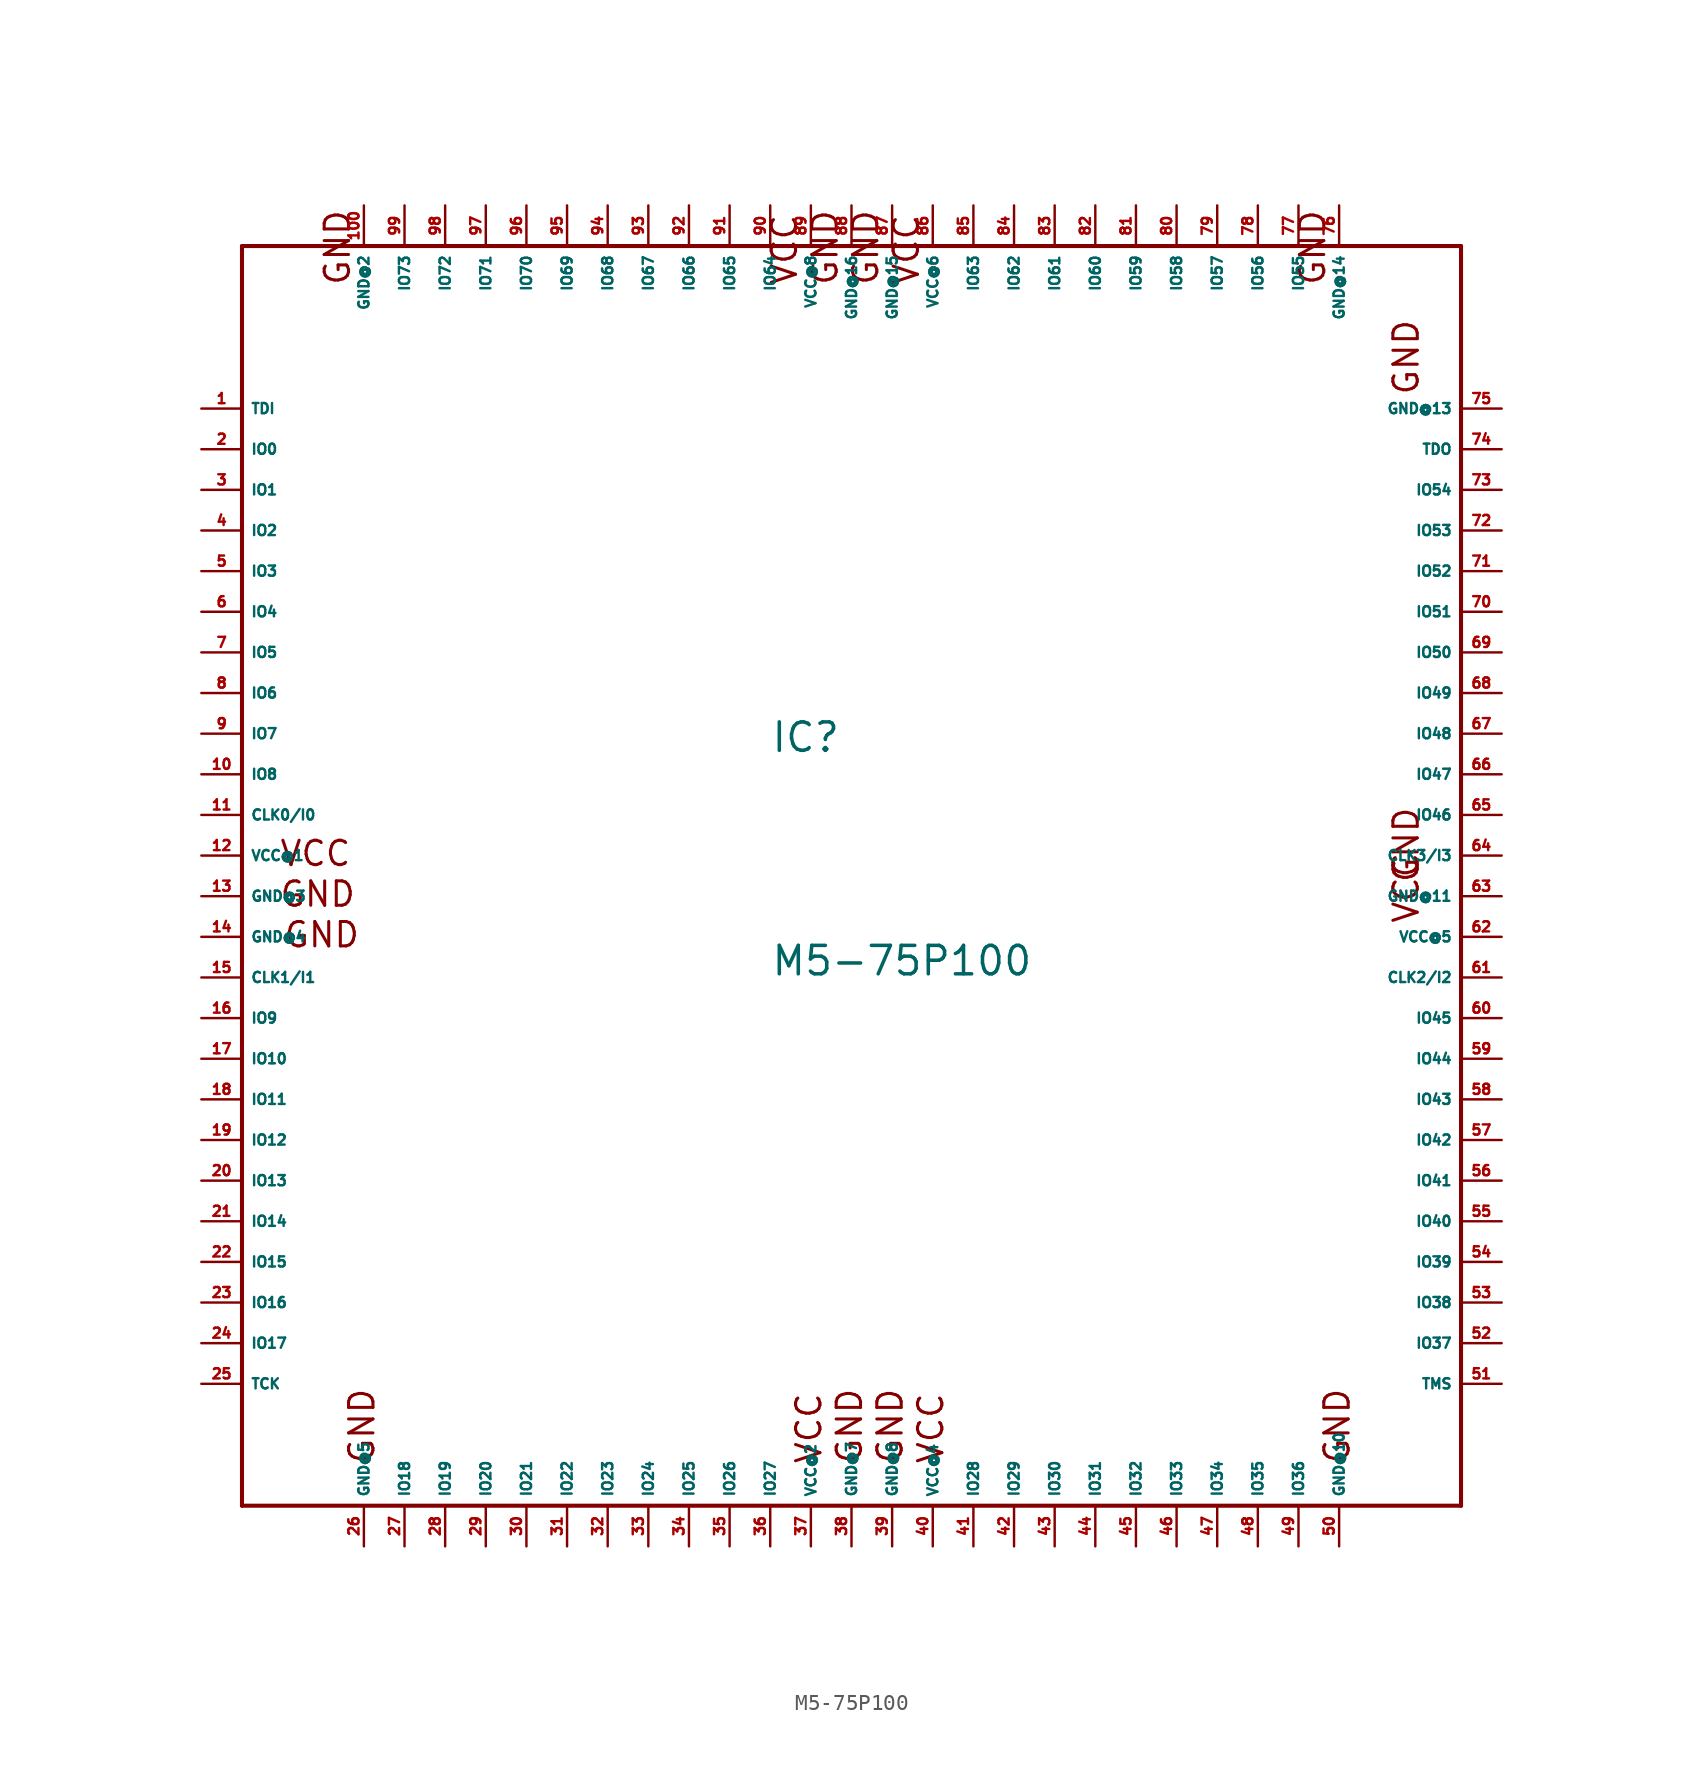
<source format=kicad_sym>
(kicad_symbol_lib
  (version 20220914)
  (generator Eagle2Kicad)
  (symbol "M5-75P100"
    (property "Reference" "IC"
      (at -5.08 6.35 0)
      (effects (font (size 1.778 1.778) (thickness 0.22)) (justify left bottom)))
    (property "Value" "M5-75P100"
      (at -5.08 -7.62 0)
      (effects (font (size 1.778 1.778) (thickness 0.22)) (justify left bottom)))
    (polyline
      (pts (xy -38.1 38.1) (xy -38.1 -40.64))
      (stroke (width 0.254) (type default))
      (fill (type none)))
    (polyline
      (pts (xy -38.1 -40.64) (xy 38.1 -40.64))
      (stroke (width 0.254) (type default))
      (fill (type none)))
    (polyline
      (pts (xy 38.1 -40.64) (xy 38.1 38.1))
      (stroke (width 0.254) (type default))
      (fill (type none)))
    (polyline
      (pts (xy 38.1 38.1) (xy -38.1 38.1))
      (stroke (width 0.254) (type default))
      (fill (type none)))
    (text "GND"
      (at -35.814 -3.302 0)
      (effects (font (size 1.524 1.524) (thickness 0.19)) (justify left bottom)))
    (text "GND"
      (at -31.242 35.56 2700)
      (effects (font (size 1.524 1.524) (thickness 0.19)) (justify left bottom)))
    (text "GND"
      (at -35.56 -5.842 0)
      (effects (font (size 1.524 1.524) (thickness 0.19)) (justify left bottom)))
    (text "VCC"
      (at -1.778 -38.1 900)
      (effects (font (size 1.524 1.524) (thickness 0.19)) (justify left bottom)))
    (text "VCC"
      (at -35.814 -0.762 0)
      (effects (font (size 1.524 1.524) (thickness 0.19)) (justify left bottom)))
    (text "GND"
      (at -29.718 -38.1 900)
      (effects (font (size 1.524 1.524) (thickness 0.19)) (justify left bottom)))
    (text "GND"
      (at 0.762 -38.1 900)
      (effects (font (size 1.524 1.524) (thickness 0.19)) (justify left bottom)))
    (text "VCC"
      (at 5.842 -38.1 900)
      (effects (font (size 1.524 1.524) (thickness 0.19)) (justify left bottom)))
    (text "GND"
      (at 3.302 -38.1 900)
      (effects (font (size 1.524 1.524) (thickness 0.19)) (justify left bottom)))
    (text "VCC"
      (at 35.56 -4.318 1800)
      (effects (font (size 1.524 1.524) (thickness 0.19)) (justify left bottom)))
    (text "GND"
      (at 31.242 -38.1 900)
      (effects (font (size 1.524 1.524) (thickness 0.19)) (justify left bottom)))
    (text "VCC"
      (at 4.318 35.56 2700)
      (effects (font (size 1.524 1.524) (thickness 0.19)) (justify left bottom)))
    (text "GND"
      (at 35.56 -1.778 1800)
      (effects (font (size 1.524 1.524) (thickness 0.19)) (justify left bottom)))
    (text "GND"
      (at 35.56 28.702 1800)
      (effects (font (size 1.524 1.524) (thickness 0.19)) (justify left bottom)))
    (text "GND"
      (at 29.718 35.56 2700)
      (effects (font (size 1.524 1.524) (thickness 0.19)) (justify left bottom)))
    (text "GND"
      (at 1.778 35.56 2700)
      (effects (font (size 1.524 1.524) (thickness 0.19)) (justify left bottom)))
    (text "GND"
      (at -0.762 35.56 2700)
      (effects (font (size 1.524 1.524) (thickness 0.19)) (justify left bottom)))
    (text "VCC"
      (at -3.302 35.56 2700)
      (effects (font (size 1.524 1.524) (thickness 0.19)) (justify left bottom)))
    (pin input line
      (at -40.64 2.54 0)
      (length 2.54)
      (name "CLK0/I0" (effects (font (size 0.635 0.635) (thickness 0.08)) (justify left bottom)))
      (number "11" (effects (font (size 0.635 0.635) (thickness 0.08)) (justify left bottom))))
    (pin input line
      (at -40.64 -7.62 0)
      (length 2.54)
      (name "CLK1/I1" (effects (font (size 0.635 0.635) (thickness 0.08)) (justify left bottom)))
      (number "15" (effects (font (size 0.635 0.635) (thickness 0.08)) (justify left bottom))))
    (pin input line
      (at -40.64 27.94 0)
      (length 2.54)
      (name "TDI" (effects (font (size 0.635 0.635) (thickness 0.08)) (justify left bottom)))
      (number "1" (effects (font (size 0.635 0.635) (thickness 0.08)) (justify left bottom))))
    (pin input line
      (at -40.64 -33.02 0)
      (length 2.54)
      (name "TCK" (effects (font (size 0.635 0.635) (thickness 0.08)) (justify left bottom)))
      (number "25" (effects (font (size 0.635 0.635) (thickness 0.08)) (justify left bottom))))
    (pin input line
      (at 40.64 -33.02 180)
      (length 2.54)
      (name "TMS" (effects (font (size 0.635 0.635) (thickness 0.08)) (justify left bottom)))
      (number "51" (effects (font (size 0.635 0.635) (thickness 0.08)) (justify left bottom))))
    (pin output line
      (at 40.64 25.4 180)
      (length 2.54)
      (name "TDO" (effects (font (size 0.635 0.635) (thickness 0.08)) (justify left bottom)))
      (number "74" (effects (font (size 0.635 0.635) (thickness 0.08)) (justify left bottom))))
    (pin bidirectional line
      (at -40.64 25.4 0)
      (length 2.54)
      (name "IO0" (effects (font (size 0.635 0.635) (thickness 0.08)) (justify left bottom)))
      (number "2" (effects (font (size 0.635 0.635) (thickness 0.08)) (justify left bottom))))
    (pin bidirectional line
      (at -40.64 22.86 0)
      (length 2.54)
      (name "IO1" (effects (font (size 0.635 0.635) (thickness 0.08)) (justify left bottom)))
      (number "3" (effects (font (size 0.635 0.635) (thickness 0.08)) (justify left bottom))))
    (pin bidirectional line
      (at -40.64 20.32 0)
      (length 2.54)
      (name "IO2" (effects (font (size 0.635 0.635) (thickness 0.08)) (justify left bottom)))
      (number "4" (effects (font (size 0.635 0.635) (thickness 0.08)) (justify left bottom))))
    (pin bidirectional line
      (at -40.64 17.78 0)
      (length 2.54)
      (name "IO3" (effects (font (size 0.635 0.635) (thickness 0.08)) (justify left bottom)))
      (number "5" (effects (font (size 0.635 0.635) (thickness 0.08)) (justify left bottom))))
    (pin bidirectional line
      (at -40.64 15.24 0)
      (length 2.54)
      (name "IO4" (effects (font (size 0.635 0.635) (thickness 0.08)) (justify left bottom)))
      (number "6" (effects (font (size 0.635 0.635) (thickness 0.08)) (justify left bottom))))
    (pin bidirectional line
      (at -40.64 12.7 0)
      (length 2.54)
      (name "IO5" (effects (font (size 0.635 0.635) (thickness 0.08)) (justify left bottom)))
      (number "7" (effects (font (size 0.635 0.635) (thickness 0.08)) (justify left bottom))))
    (pin bidirectional line
      (at -40.64 10.16 0)
      (length 2.54)
      (name "IO6" (effects (font (size 0.635 0.635) (thickness 0.08)) (justify left bottom)))
      (number "8" (effects (font (size 0.635 0.635) (thickness 0.08)) (justify left bottom))))
    (pin bidirectional line
      (at -40.64 7.62 0)
      (length 2.54)
      (name "IO7" (effects (font (size 0.635 0.635) (thickness 0.08)) (justify left bottom)))
      (number "9" (effects (font (size 0.635 0.635) (thickness 0.08)) (justify left bottom))))
    (pin bidirectional line
      (at -40.64 5.08 0)
      (length 2.54)
      (name "IO8" (effects (font (size 0.635 0.635) (thickness 0.08)) (justify left bottom)))
      (number "10" (effects (font (size 0.635 0.635) (thickness 0.08)) (justify left bottom))))
    (pin bidirectional line
      (at -40.64 -10.16 0)
      (length 2.54)
      (name "IO9" (effects (font (size 0.635 0.635) (thickness 0.08)) (justify left bottom)))
      (number "16" (effects (font (size 0.635 0.635) (thickness 0.08)) (justify left bottom))))
    (pin bidirectional line
      (at -40.64 -12.7 0)
      (length 2.54)
      (name "IO10" (effects (font (size 0.635 0.635) (thickness 0.08)) (justify left bottom)))
      (number "17" (effects (font (size 0.635 0.635) (thickness 0.08)) (justify left bottom))))
    (pin bidirectional line
      (at -40.64 -15.24 0)
      (length 2.54)
      (name "IO11" (effects (font (size 0.635 0.635) (thickness 0.08)) (justify left bottom)))
      (number "18" (effects (font (size 0.635 0.635) (thickness 0.08)) (justify left bottom))))
    (pin bidirectional line
      (at -40.64 -17.78 0)
      (length 2.54)
      (name "IO12" (effects (font (size 0.635 0.635) (thickness 0.08)) (justify left bottom)))
      (number "19" (effects (font (size 0.635 0.635) (thickness 0.08)) (justify left bottom))))
    (pin bidirectional line
      (at -40.64 -20.32 0)
      (length 2.54)
      (name "IO13" (effects (font (size 0.635 0.635) (thickness 0.08)) (justify left bottom)))
      (number "20" (effects (font (size 0.635 0.635) (thickness 0.08)) (justify left bottom))))
    (pin bidirectional line
      (at -40.64 -22.86 0)
      (length 2.54)
      (name "IO14" (effects (font (size 0.635 0.635) (thickness 0.08)) (justify left bottom)))
      (number "21" (effects (font (size 0.635 0.635) (thickness 0.08)) (justify left bottom))))
    (pin bidirectional line
      (at -40.64 -25.4 0)
      (length 2.54)
      (name "IO15" (effects (font (size 0.635 0.635) (thickness 0.08)) (justify left bottom)))
      (number "22" (effects (font (size 0.635 0.635) (thickness 0.08)) (justify left bottom))))
    (pin bidirectional line
      (at -40.64 -27.94 0)
      (length 2.54)
      (name "IO16" (effects (font (size 0.635 0.635) (thickness 0.08)) (justify left bottom)))
      (number "23" (effects (font (size 0.635 0.635) (thickness 0.08)) (justify left bottom))))
    (pin bidirectional line
      (at -40.64 -30.48 0)
      (length 2.54)
      (name "IO17" (effects (font (size 0.635 0.635) (thickness 0.08)) (justify left bottom)))
      (number "24" (effects (font (size 0.635 0.635) (thickness 0.08)) (justify left bottom))))
    (pin bidirectional line
      (at -27.94 -43.18 90)
      (length 2.54)
      (name "IO18" (effects (font (size 0.635 0.635) (thickness 0.08)) (justify left bottom)))
      (number "27" (effects (font (size 0.635 0.635) (thickness 0.08)) (justify left bottom))))
    (pin bidirectional line
      (at -25.4 -43.18 90)
      (length 2.54)
      (name "IO19" (effects (font (size 0.635 0.635) (thickness 0.08)) (justify left bottom)))
      (number "28" (effects (font (size 0.635 0.635) (thickness 0.08)) (justify left bottom))))
    (pin bidirectional line
      (at -22.86 -43.18 90)
      (length 2.54)
      (name "IO20" (effects (font (size 0.635 0.635) (thickness 0.08)) (justify left bottom)))
      (number "29" (effects (font (size 0.635 0.635) (thickness 0.08)) (justify left bottom))))
    (pin bidirectional line
      (at -20.32 -43.18 90)
      (length 2.54)
      (name "IO21" (effects (font (size 0.635 0.635) (thickness 0.08)) (justify left bottom)))
      (number "30" (effects (font (size 0.635 0.635) (thickness 0.08)) (justify left bottom))))
    (pin bidirectional line
      (at -17.78 -43.18 90)
      (length 2.54)
      (name "IO22" (effects (font (size 0.635 0.635) (thickness 0.08)) (justify left bottom)))
      (number "31" (effects (font (size 0.635 0.635) (thickness 0.08)) (justify left bottom))))
    (pin bidirectional line
      (at -15.24 -43.18 90)
      (length 2.54)
      (name "IO23" (effects (font (size 0.635 0.635) (thickness 0.08)) (justify left bottom)))
      (number "32" (effects (font (size 0.635 0.635) (thickness 0.08)) (justify left bottom))))
    (pin bidirectional line
      (at -12.7 -43.18 90)
      (length 2.54)
      (name "IO24" (effects (font (size 0.635 0.635) (thickness 0.08)) (justify left bottom)))
      (number "33" (effects (font (size 0.635 0.635) (thickness 0.08)) (justify left bottom))))
    (pin bidirectional line
      (at -10.16 -43.18 90)
      (length 2.54)
      (name "IO25" (effects (font (size 0.635 0.635) (thickness 0.08)) (justify left bottom)))
      (number "34" (effects (font (size 0.635 0.635) (thickness 0.08)) (justify left bottom))))
    (pin bidirectional line
      (at -7.62 -43.18 90)
      (length 2.54)
      (name "IO26" (effects (font (size 0.635 0.635) (thickness 0.08)) (justify left bottom)))
      (number "35" (effects (font (size 0.635 0.635) (thickness 0.08)) (justify left bottom))))
    (pin bidirectional line
      (at -5.08 -43.18 90)
      (length 2.54)
      (name "IO27" (effects (font (size 0.635 0.635) (thickness 0.08)) (justify left bottom)))
      (number "36" (effects (font (size 0.635 0.635) (thickness 0.08)) (justify left bottom))))
    (pin bidirectional line
      (at 7.62 -43.18 90)
      (length 2.54)
      (name "IO28" (effects (font (size 0.635 0.635) (thickness 0.08)) (justify left bottom)))
      (number "41" (effects (font (size 0.635 0.635) (thickness 0.08)) (justify left bottom))))
    (pin bidirectional line
      (at 10.16 -43.18 90)
      (length 2.54)
      (name "IO29" (effects (font (size 0.635 0.635) (thickness 0.08)) (justify left bottom)))
      (number "42" (effects (font (size 0.635 0.635) (thickness 0.08)) (justify left bottom))))
    (pin bidirectional line
      (at 12.7 -43.18 90)
      (length 2.54)
      (name "IO30" (effects (font (size 0.635 0.635) (thickness 0.08)) (justify left bottom)))
      (number "43" (effects (font (size 0.635 0.635) (thickness 0.08)) (justify left bottom))))
    (pin bidirectional line
      (at 15.24 -43.18 90)
      (length 2.54)
      (name "IO31" (effects (font (size 0.635 0.635) (thickness 0.08)) (justify left bottom)))
      (number "44" (effects (font (size 0.635 0.635) (thickness 0.08)) (justify left bottom))))
    (pin unspecified line
      (at -30.48 40.64 270)
      (length 2.54)
      (name "GND@2" (effects (font (size 0.635 0.635) (thickness 0.08)) (justify left bottom)))
      (number "100" (effects (font (size 0.635 0.635) (thickness 0.08)) (justify left bottom))))
    (pin unspecified line
      (at -40.64 -2.54 0)
      (length 2.54)
      (name "GND@3" (effects (font (size 0.635 0.635) (thickness 0.08)) (justify left bottom)))
      (number "13" (effects (font (size 0.635 0.635) (thickness 0.08)) (justify left bottom))))
    (pin unspecified line
      (at -40.64 -5.08 0)
      (length 2.54)
      (name "GND@4" (effects (font (size 0.635 0.635) (thickness 0.08)) (justify left bottom)))
      (number "14" (effects (font (size 0.635 0.635) (thickness 0.08)) (justify left bottom))))
    (pin unspecified line
      (at -40.64 0 0)
      (length 2.54)
      (name "VCC@1" (effects (font (size 0.635 0.635) (thickness 0.08)) (justify left bottom)))
      (number "12" (effects (font (size 0.635 0.635) (thickness 0.08)) (justify left bottom))))
    (pin unspecified line
      (at -2.54 -43.18 90)
      (length 2.54)
      (name "VCC@2" (effects (font (size 0.635 0.635) (thickness 0.08)) (justify left bottom)))
      (number "37" (effects (font (size 0.635 0.635) (thickness 0.08)) (justify left bottom))))
    (pin bidirectional line
      (at 17.78 -43.18 90)
      (length 2.54)
      (name "IO32" (effects (font (size 0.635 0.635) (thickness 0.08)) (justify left bottom)))
      (number "45" (effects (font (size 0.635 0.635) (thickness 0.08)) (justify left bottom))))
    (pin bidirectional line
      (at 20.32 -43.18 90)
      (length 2.54)
      (name "IO33" (effects (font (size 0.635 0.635) (thickness 0.08)) (justify left bottom)))
      (number "46" (effects (font (size 0.635 0.635) (thickness 0.08)) (justify left bottom))))
    (pin bidirectional line
      (at 22.86 -43.18 90)
      (length 2.54)
      (name "IO34" (effects (font (size 0.635 0.635) (thickness 0.08)) (justify left bottom)))
      (number "47" (effects (font (size 0.635 0.635) (thickness 0.08)) (justify left bottom))))
    (pin bidirectional line
      (at 25.4 -43.18 90)
      (length 2.54)
      (name "IO35" (effects (font (size 0.635 0.635) (thickness 0.08)) (justify left bottom)))
      (number "48" (effects (font (size 0.635 0.635) (thickness 0.08)) (justify left bottom))))
    (pin input line
      (at 40.64 0 180)
      (length 2.54)
      (name "CLK3/I3" (effects (font (size 0.635 0.635) (thickness 0.08)) (justify left bottom)))
      (number "64" (effects (font (size 0.635 0.635) (thickness 0.08)) (justify left bottom))))
    (pin unspecified line
      (at -30.48 -43.18 90)
      (length 2.54)
      (name "GND@5" (effects (font (size 0.635 0.635) (thickness 0.08)) (justify left bottom)))
      (number "26" (effects (font (size 0.635 0.635) (thickness 0.08)) (justify left bottom))))
    (pin input line
      (at 40.64 -7.62 180)
      (length 2.54)
      (name "CLK2/I2" (effects (font (size 0.635 0.635) (thickness 0.08)) (justify left bottom)))
      (number "61" (effects (font (size 0.635 0.635) (thickness 0.08)) (justify left bottom))))
    (pin bidirectional line
      (at 27.94 -43.18 90)
      (length 2.54)
      (name "IO36" (effects (font (size 0.635 0.635) (thickness 0.08)) (justify left bottom)))
      (number "49" (effects (font (size 0.635 0.635) (thickness 0.08)) (justify left bottom))))
    (pin bidirectional line
      (at 40.64 -30.48 180)
      (length 2.54)
      (name "IO37" (effects (font (size 0.635 0.635) (thickness 0.08)) (justify left bottom)))
      (number "52" (effects (font (size 0.635 0.635) (thickness 0.08)) (justify left bottom))))
    (pin bidirectional line
      (at 40.64 -27.94 180)
      (length 2.54)
      (name "IO38" (effects (font (size 0.635 0.635) (thickness 0.08)) (justify left bottom)))
      (number "53" (effects (font (size 0.635 0.635) (thickness 0.08)) (justify left bottom))))
    (pin bidirectional line
      (at 40.64 -25.4 180)
      (length 2.54)
      (name "IO39" (effects (font (size 0.635 0.635) (thickness 0.08)) (justify left bottom)))
      (number "54" (effects (font (size 0.635 0.635) (thickness 0.08)) (justify left bottom))))
    (pin bidirectional line
      (at 40.64 -22.86 180)
      (length 2.54)
      (name "IO40" (effects (font (size 0.635 0.635) (thickness 0.08)) (justify left bottom)))
      (number "55" (effects (font (size 0.635 0.635) (thickness 0.08)) (justify left bottom))))
    (pin bidirectional line
      (at 40.64 -20.32 180)
      (length 2.54)
      (name "IO41" (effects (font (size 0.635 0.635) (thickness 0.08)) (justify left bottom)))
      (number "56" (effects (font (size 0.635 0.635) (thickness 0.08)) (justify left bottom))))
    (pin bidirectional line
      (at 40.64 -17.78 180)
      (length 2.54)
      (name "IO42" (effects (font (size 0.635 0.635) (thickness 0.08)) (justify left bottom)))
      (number "57" (effects (font (size 0.635 0.635) (thickness 0.08)) (justify left bottom))))
    (pin bidirectional line
      (at 40.64 -15.24 180)
      (length 2.54)
      (name "IO43" (effects (font (size 0.635 0.635) (thickness 0.08)) (justify left bottom)))
      (number "58" (effects (font (size 0.635 0.635) (thickness 0.08)) (justify left bottom))))
    (pin bidirectional line
      (at 40.64 -12.7 180)
      (length 2.54)
      (name "IO44" (effects (font (size 0.635 0.635) (thickness 0.08)) (justify left bottom)))
      (number "59" (effects (font (size 0.635 0.635) (thickness 0.08)) (justify left bottom))))
    (pin bidirectional line
      (at 40.64 -10.16 180)
      (length 2.54)
      (name "IO45" (effects (font (size 0.635 0.635) (thickness 0.08)) (justify left bottom)))
      (number "60" (effects (font (size 0.635 0.635) (thickness 0.08)) (justify left bottom))))
    (pin bidirectional line
      (at 40.64 2.54 180)
      (length 2.54)
      (name "IO46" (effects (font (size 0.635 0.635) (thickness 0.08)) (justify left bottom)))
      (number "65" (effects (font (size 0.635 0.635) (thickness 0.08)) (justify left bottom))))
    (pin bidirectional line
      (at 40.64 5.08 180)
      (length 2.54)
      (name "IO47" (effects (font (size 0.635 0.635) (thickness 0.08)) (justify left bottom)))
      (number "66" (effects (font (size 0.635 0.635) (thickness 0.08)) (justify left bottom))))
    (pin unspecified line
      (at 0 -43.18 90)
      (length 2.54)
      (name "GND@7" (effects (font (size 0.635 0.635) (thickness 0.08)) (justify left bottom)))
      (number "38" (effects (font (size 0.635 0.635) (thickness 0.08)) (justify left bottom))))
    (pin unspecified line
      (at 5.08 -43.18 90)
      (length 2.54)
      (name "VCC@4" (effects (font (size 0.635 0.635) (thickness 0.08)) (justify left bottom)))
      (number "40" (effects (font (size 0.635 0.635) (thickness 0.08)) (justify left bottom))))
    (pin unspecified line
      (at 2.54 -43.18 90)
      (length 2.54)
      (name "GND@8" (effects (font (size 0.635 0.635) (thickness 0.08)) (justify left bottom)))
      (number "39" (effects (font (size 0.635 0.635) (thickness 0.08)) (justify left bottom))))
    (pin unspecified line
      (at 40.64 -5.08 180)
      (length 2.54)
      (name "VCC@5" (effects (font (size 0.635 0.635) (thickness 0.08)) (justify left bottom)))
      (number "62" (effects (font (size 0.635 0.635) (thickness 0.08)) (justify left bottom))))
    (pin unspecified line
      (at 30.48 -43.18 90)
      (length 2.54)
      (name "GND@10" (effects (font (size 0.635 0.635) (thickness 0.08)) (justify left bottom)))
      (number "50" (effects (font (size 0.635 0.635) (thickness 0.08)) (justify left bottom))))
    (pin unspecified line
      (at 5.08 40.64 270)
      (length 2.54)
      (name "VCC@6" (effects (font (size 0.635 0.635) (thickness 0.08)) (justify left bottom)))
      (number "86" (effects (font (size 0.635 0.635) (thickness 0.08)) (justify left bottom))))
    (pin unspecified line
      (at 40.64 -2.54 180)
      (length 2.54)
      (name "GND@11" (effects (font (size 0.635 0.635) (thickness 0.08)) (justify left bottom)))
      (number "63" (effects (font (size 0.635 0.635) (thickness 0.08)) (justify left bottom))))
    (pin bidirectional line
      (at 40.64 7.62 180)
      (length 2.54)
      (name "IO48" (effects (font (size 0.635 0.635) (thickness 0.08)) (justify left bottom)))
      (number "67" (effects (font (size 0.635 0.635) (thickness 0.08)) (justify left bottom))))
    (pin bidirectional line
      (at 40.64 10.16 180)
      (length 2.54)
      (name "IO49" (effects (font (size 0.635 0.635) (thickness 0.08)) (justify left bottom)))
      (number "68" (effects (font (size 0.635 0.635) (thickness 0.08)) (justify left bottom))))
    (pin bidirectional line
      (at 40.64 12.7 180)
      (length 2.54)
      (name "IO50" (effects (font (size 0.635 0.635) (thickness 0.08)) (justify left bottom)))
      (number "69" (effects (font (size 0.635 0.635) (thickness 0.08)) (justify left bottom))))
    (pin bidirectional line
      (at 40.64 15.24 180)
      (length 2.54)
      (name "IO51" (effects (font (size 0.635 0.635) (thickness 0.08)) (justify left bottom)))
      (number "70" (effects (font (size 0.635 0.635) (thickness 0.08)) (justify left bottom))))
    (pin bidirectional line
      (at 40.64 17.78 180)
      (length 2.54)
      (name "IO52" (effects (font (size 0.635 0.635) (thickness 0.08)) (justify left bottom)))
      (number "71" (effects (font (size 0.635 0.635) (thickness 0.08)) (justify left bottom))))
    (pin bidirectional line
      (at 40.64 20.32 180)
      (length 2.54)
      (name "IO53" (effects (font (size 0.635 0.635) (thickness 0.08)) (justify left bottom)))
      (number "72" (effects (font (size 0.635 0.635) (thickness 0.08)) (justify left bottom))))
    (pin bidirectional line
      (at 40.64 22.86 180)
      (length 2.54)
      (name "IO54" (effects (font (size 0.635 0.635) (thickness 0.08)) (justify left bottom)))
      (number "73" (effects (font (size 0.635 0.635) (thickness 0.08)) (justify left bottom))))
    (pin bidirectional line
      (at 27.94 40.64 270)
      (length 2.54)
      (name "IO55" (effects (font (size 0.635 0.635) (thickness 0.08)) (justify left bottom)))
      (number "77" (effects (font (size 0.635 0.635) (thickness 0.08)) (justify left bottom))))
    (pin unspecified line
      (at 40.64 27.94 180)
      (length 2.54)
      (name "GND@13" (effects (font (size 0.635 0.635) (thickness 0.08)) (justify left bottom)))
      (number "75" (effects (font (size 0.635 0.635) (thickness 0.08)) (justify left bottom))))
    (pin unspecified line
      (at 30.48 40.64 270)
      (length 2.54)
      (name "GND@14" (effects (font (size 0.635 0.635) (thickness 0.08)) (justify left bottom)))
      (number "76" (effects (font (size 0.635 0.635) (thickness 0.08)) (justify left bottom))))
    (pin bidirectional line
      (at 25.4 40.64 270)
      (length 2.54)
      (name "IO56" (effects (font (size 0.635 0.635) (thickness 0.08)) (justify left bottom)))
      (number "78" (effects (font (size 0.635 0.635) (thickness 0.08)) (justify left bottom))))
    (pin bidirectional line
      (at 22.86 40.64 270)
      (length 2.54)
      (name "IO57" (effects (font (size 0.635 0.635) (thickness 0.08)) (justify left bottom)))
      (number "79" (effects (font (size 0.635 0.635) (thickness 0.08)) (justify left bottom))))
    (pin bidirectional line
      (at 20.32 40.64 270)
      (length 2.54)
      (name "IO58" (effects (font (size 0.635 0.635) (thickness 0.08)) (justify left bottom)))
      (number "80" (effects (font (size 0.635 0.635) (thickness 0.08)) (justify left bottom))))
    (pin bidirectional line
      (at 17.78 40.64 270)
      (length 2.54)
      (name "IO59" (effects (font (size 0.635 0.635) (thickness 0.08)) (justify left bottom)))
      (number "81" (effects (font (size 0.635 0.635) (thickness 0.08)) (justify left bottom))))
    (pin bidirectional line
      (at 15.24 40.64 270)
      (length 2.54)
      (name "IO60" (effects (font (size 0.635 0.635) (thickness 0.08)) (justify left bottom)))
      (number "82" (effects (font (size 0.635 0.635) (thickness 0.08)) (justify left bottom))))
    (pin bidirectional line
      (at 12.7 40.64 270)
      (length 2.54)
      (name "IO61" (effects (font (size 0.635 0.635) (thickness 0.08)) (justify left bottom)))
      (number "83" (effects (font (size 0.635 0.635) (thickness 0.08)) (justify left bottom))))
    (pin bidirectional line
      (at 10.16 40.64 270)
      (length 2.54)
      (name "IO62" (effects (font (size 0.635 0.635) (thickness 0.08)) (justify left bottom)))
      (number "84" (effects (font (size 0.635 0.635) (thickness 0.08)) (justify left bottom))))
    (pin bidirectional line
      (at 7.62 40.64 270)
      (length 2.54)
      (name "IO63" (effects (font (size 0.635 0.635) (thickness 0.08)) (justify left bottom)))
      (number "85" (effects (font (size 0.635 0.635) (thickness 0.08)) (justify left bottom))))
    (pin unspecified line
      (at 2.54 40.64 270)
      (length 2.54)
      (name "GND@15" (effects (font (size 0.635 0.635) (thickness 0.08)) (justify left bottom)))
      (number "87" (effects (font (size 0.635 0.635) (thickness 0.08)) (justify left bottom))))
    (pin unspecified line
      (at -2.54 40.64 270)
      (length 2.54)
      (name "VCC@8" (effects (font (size 0.635 0.635) (thickness 0.08)) (justify left bottom)))
      (number "89" (effects (font (size 0.635 0.635) (thickness 0.08)) (justify left bottom))))
    (pin unspecified line
      (at 0 40.64 270)
      (length 2.54)
      (name "GND@16" (effects (font (size 0.635 0.635) (thickness 0.08)) (justify left bottom)))
      (number "88" (effects (font (size 0.635 0.635) (thickness 0.08)) (justify left bottom))))
    (pin bidirectional line
      (at -5.08 40.64 270)
      (length 2.54)
      (name "IO64" (effects (font (size 0.635 0.635) (thickness 0.08)) (justify left bottom)))
      (number "90" (effects (font (size 0.635 0.635) (thickness 0.08)) (justify left bottom))))
    (pin bidirectional line
      (at -7.62 40.64 270)
      (length 2.54)
      (name "IO65" (effects (font (size 0.635 0.635) (thickness 0.08)) (justify left bottom)))
      (number "91" (effects (font (size 0.635 0.635) (thickness 0.08)) (justify left bottom))))
    (pin bidirectional line
      (at -10.16 40.64 270)
      (length 2.54)
      (name "IO66" (effects (font (size 0.635 0.635) (thickness 0.08)) (justify left bottom)))
      (number "92" (effects (font (size 0.635 0.635) (thickness 0.08)) (justify left bottom))))
    (pin bidirectional line
      (at -12.7 40.64 270)
      (length 2.54)
      (name "IO67" (effects (font (size 0.635 0.635) (thickness 0.08)) (justify left bottom)))
      (number "93" (effects (font (size 0.635 0.635) (thickness 0.08)) (justify left bottom))))
    (pin bidirectional line
      (at -15.24 40.64 270)
      (length 2.54)
      (name "IO68" (effects (font (size 0.635 0.635) (thickness 0.08)) (justify left bottom)))
      (number "94" (effects (font (size 0.635 0.635) (thickness 0.08)) (justify left bottom))))
    (pin bidirectional line
      (at -17.78 40.64 270)
      (length 2.54)
      (name "IO69" (effects (font (size 0.635 0.635) (thickness 0.08)) (justify left bottom)))
      (number "95" (effects (font (size 0.635 0.635) (thickness 0.08)) (justify left bottom))))
    (pin bidirectional line
      (at -20.32 40.64 270)
      (length 2.54)
      (name "IO70" (effects (font (size 0.635 0.635) (thickness 0.08)) (justify left bottom)))
      (number "96" (effects (font (size 0.635 0.635) (thickness 0.08)) (justify left bottom))))
    (pin bidirectional line
      (at -22.86 40.64 270)
      (length 2.54)
      (name "IO71" (effects (font (size 0.635 0.635) (thickness 0.08)) (justify left bottom)))
      (number "97" (effects (font (size 0.635 0.635) (thickness 0.08)) (justify left bottom))))
    (pin bidirectional line
      (at -25.4 40.64 270)
      (length 2.54)
      (name "IO72" (effects (font (size 0.635 0.635) (thickness 0.08)) (justify left bottom)))
      (number "98" (effects (font (size 0.635 0.635) (thickness 0.08)) (justify left bottom))))
    (pin bidirectional line
      (at -27.94 40.64 270)
      (length 2.54)
      (name "IO73" (effects (font (size 0.635 0.635) (thickness 0.08)) (justify left bottom)))
      (number "99" (effects (font (size 0.635 0.635) (thickness 0.08)) (justify left bottom))))))
</source>
